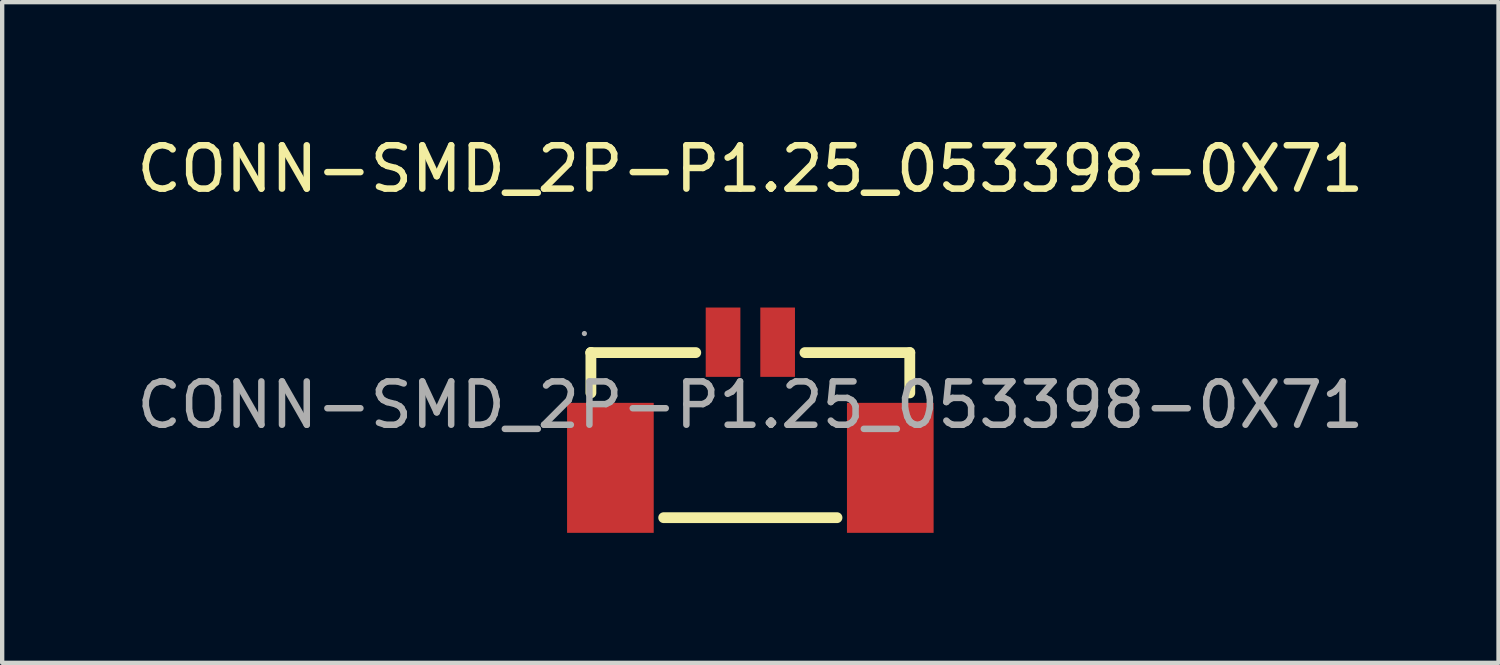
<source format=kicad_pcb>
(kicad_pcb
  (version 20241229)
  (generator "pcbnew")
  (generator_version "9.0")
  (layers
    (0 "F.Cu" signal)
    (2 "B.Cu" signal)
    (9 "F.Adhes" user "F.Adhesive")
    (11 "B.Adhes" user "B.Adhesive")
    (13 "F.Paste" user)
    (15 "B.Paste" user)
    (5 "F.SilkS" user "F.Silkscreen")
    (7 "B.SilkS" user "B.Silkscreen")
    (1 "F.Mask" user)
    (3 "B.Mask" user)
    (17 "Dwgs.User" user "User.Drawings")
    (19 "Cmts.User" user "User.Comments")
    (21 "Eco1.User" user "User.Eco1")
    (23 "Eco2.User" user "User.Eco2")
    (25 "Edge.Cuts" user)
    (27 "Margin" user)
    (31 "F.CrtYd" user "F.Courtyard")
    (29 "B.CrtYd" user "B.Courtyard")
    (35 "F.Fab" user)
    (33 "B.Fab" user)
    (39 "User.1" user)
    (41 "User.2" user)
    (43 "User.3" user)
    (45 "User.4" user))
  (footprint "CONN-SMD_2P-P1.25_053398-0X71"
    (layer "F.Cu")
    (at 14.268 6.298)
    (property "Reference" "CONN-SMD_2P-P1.25_053398-0X71" (at 0 -5.45 0) (layer "F.SilkS") (effects (font (size 1 1) (thickness 0.15))))
    (attr smd)
    (fp_line (start -3.68 -1.21) (end -3.68 -1.21) (stroke (width 0.25) (type solid)) (layer "F.SilkS"))
    (fp_line (start -3.68 -1.21) (end -3.68 -0.28) (stroke (width 0.25) (type solid)) (layer "F.SilkS"))
    (fp_line (start -2 2.6) (end 2 2.6) (stroke (width 0.25) (type solid)) (layer "F.SilkS"))
    (fp_line (start -1.26 -1.21) (end -3.68 -1.21) (stroke (width 0.25) (type solid)) (layer "F.SilkS"))
    (fp_line (start 3.68 -1.21) (end 1.26 -1.21) (stroke (width 0.25) (type solid)) (layer "F.SilkS"))
    (fp_line (start 3.68 -0.28) (end 3.68 -1.21) (stroke (width 0.25) (type solid)) (layer "F.SilkS"))
    (fp_circle (center -3.83 -1.65) (end -3.8 -1.65) (stroke (width 0.06) (type solid)) (fill no) (layer "F.Fab"))
    (fp_text user "${REFERENCE}" (at 0 0 0) (layer "F.Fab") (effects (font (size 1 1) (thickness 0.15))))
    (pad "1" smd rect (at -0.63 -1.45 90) (size 1.6 0.8) (layers "F.Cu" "F.Mask" "F.Paste"))
    (pad "2" smd rect (at 0.63 -1.45 90) (size 1.6 0.8) (layers "F.Cu" "F.Mask" "F.Paste"))
    (pad "3" smd rect (at 3.23 1.45 90) (size 3 2) (layers "F.Cu" "F.Mask" "F.Paste"))
    (pad "4" smd rect (at -3.23 1.45 90) (size 3 2) (layers "F.Cu" "F.Mask" "F.Paste")))
  (gr_rect
    (start -3 -3)
    (end 31.536 12.248)
    (stroke (width 0.1) (type default))
    (fill no)
    (layer "Edge.Cuts")))
</source>
